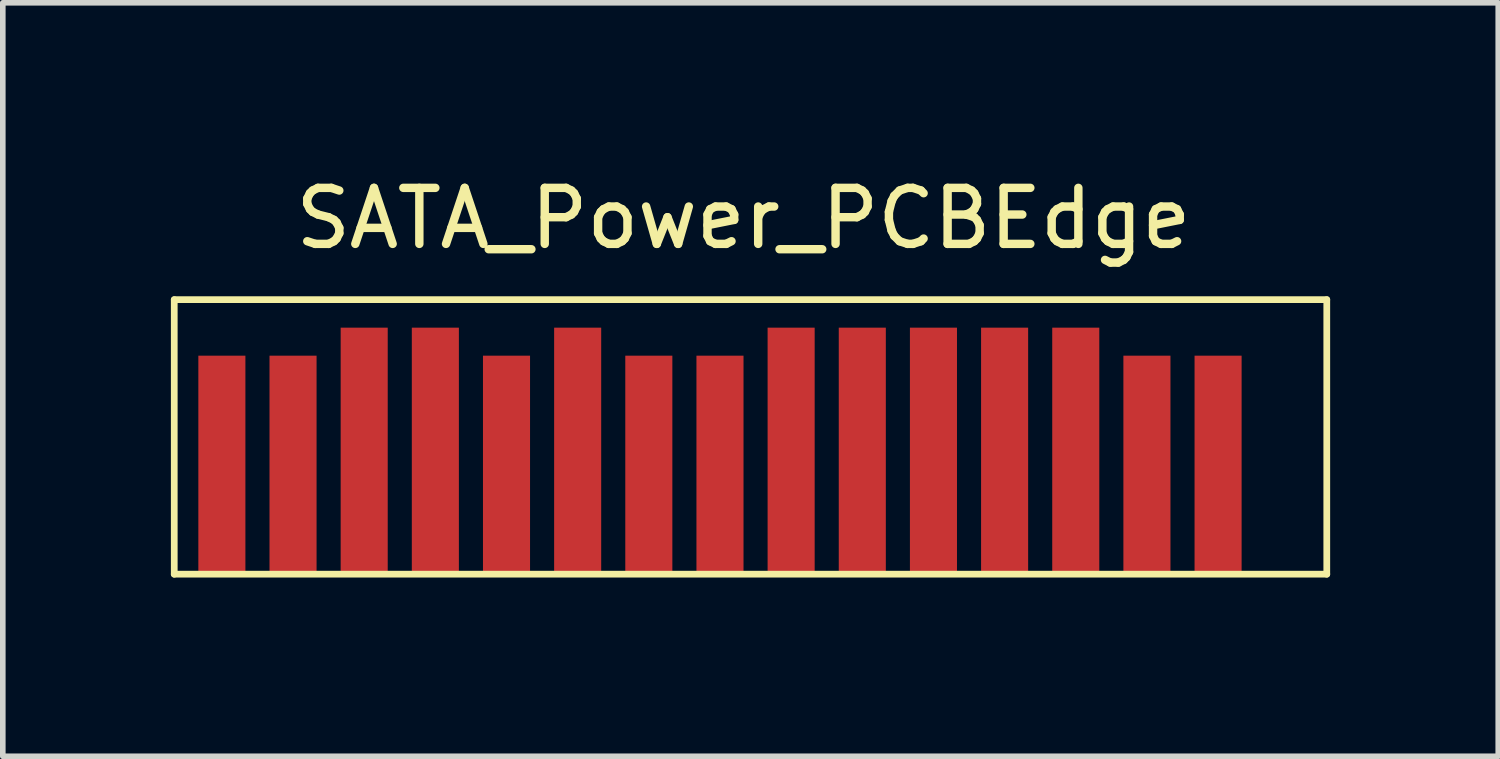
<source format=kicad_pcb>
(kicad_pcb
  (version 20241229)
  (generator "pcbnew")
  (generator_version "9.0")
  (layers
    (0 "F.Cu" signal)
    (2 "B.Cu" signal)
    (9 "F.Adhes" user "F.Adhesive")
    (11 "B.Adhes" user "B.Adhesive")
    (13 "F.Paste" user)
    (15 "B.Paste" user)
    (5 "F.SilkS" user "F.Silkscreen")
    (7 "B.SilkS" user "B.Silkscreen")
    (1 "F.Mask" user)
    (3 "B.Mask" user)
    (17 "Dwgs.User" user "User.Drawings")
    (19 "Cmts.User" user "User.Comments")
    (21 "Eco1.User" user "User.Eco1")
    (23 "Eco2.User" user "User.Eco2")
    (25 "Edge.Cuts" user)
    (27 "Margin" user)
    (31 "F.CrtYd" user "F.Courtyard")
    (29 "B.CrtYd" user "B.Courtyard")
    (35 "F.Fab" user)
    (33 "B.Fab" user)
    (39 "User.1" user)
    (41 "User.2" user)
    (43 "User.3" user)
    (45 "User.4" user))
  (footprint "SATA_Power_PCBEdge"
    (layer "F.Cu")
    (at 19.11 7.198)
    (property "Reference" "SATA_Power_PCBEdge" (at -8.89 -6.35 0) (layer "F.SilkS") (effects (font (size 1 1) (thickness 0.15))))
    (attr through_hole)
    (fp_line (start -19.05 -4.9) (end 1.52 -4.9) (stroke (width 0.12) (type solid)) (layer "F.SilkS"))
    (fp_line (start -19.05 0) (end -19.05 -4.9) (stroke (width 0.12) (type solid)) (layer "F.SilkS"))
    (fp_line (start 1.52 -4.9) (end 1.52 0) (stroke (width 0.12) (type solid)) (layer "F.SilkS"))
    (fp_line (start 1.52 0) (end -19.05 0) (stroke (width 0.12) (type solid)) (layer "F.SilkS"))
    (pad "1" smd rect (at -0.42 -1.95) (size 0.84 3.9) (layers "F.Cu" "F.Mask" "F.Paste"))
    (pad "2" smd rect (at -1.69 -1.95) (size 0.84 3.9) (layers "F.Cu" "F.Mask" "F.Paste"))
    (pad "3" smd rect (at -2.96 -2.2) (size 0.84 4.4) (layers "F.Cu" "F.Mask" "F.Paste"))
    (pad "4" smd rect (at -4.23 -2.2) (size 0.84 4.4) (layers "F.Cu" "F.Mask" "F.Paste"))
    (pad "5" smd rect (at -5.5 -2.2) (size 0.84 4.4) (layers "F.Cu" "F.Mask" "F.Paste"))
    (pad "6" smd rect (at -6.77 -2.2) (size 0.84 4.4) (layers "F.Cu" "F.Mask" "F.Paste"))
    (pad "7" smd rect (at -8.04 -2.2) (size 0.84 4.4) (layers "F.Cu" "F.Mask" "F.Paste"))
    (pad "8" smd rect (at -9.31 -1.95) (size 0.84 3.9) (layers "F.Cu" "F.Mask" "F.Paste"))
    (pad "9" smd rect (at -10.58 -1.95) (size 0.84 3.9) (layers "F.Cu" "F.Mask" "F.Paste"))
    (pad "10" smd rect (at -11.85 -2.2) (size 0.84 4.4) (layers "F.Cu" "F.Mask" "F.Paste"))
    (pad "11" smd rect (at -13.12 -1.95) (size 0.84 3.9) (layers "F.Cu" "F.Mask" "F.Paste"))
    (pad "12" smd rect (at -14.39 -2.2) (size 0.84 4.4) (layers "F.Cu" "F.Mask" "F.Paste"))
    (pad "13" smd rect (at -15.66 -2.2) (size 0.84 4.4) (layers "F.Cu" "F.Mask" "F.Paste"))
    (pad "14" smd rect (at -16.93 -1.95) (size 0.84 3.9) (layers "F.Cu" "F.Mask" "F.Paste"))
    (pad "15" smd rect (at -18.2 -1.95) (size 0.84 3.9) (layers "F.Cu" "F.Mask" "F.Paste")))
  (gr_rect
    (start -3 -3)
    (end 23.69 10.448)
    (stroke (width 0.1) (type default))
    (fill no)
    (layer "Edge.Cuts")))
</source>
